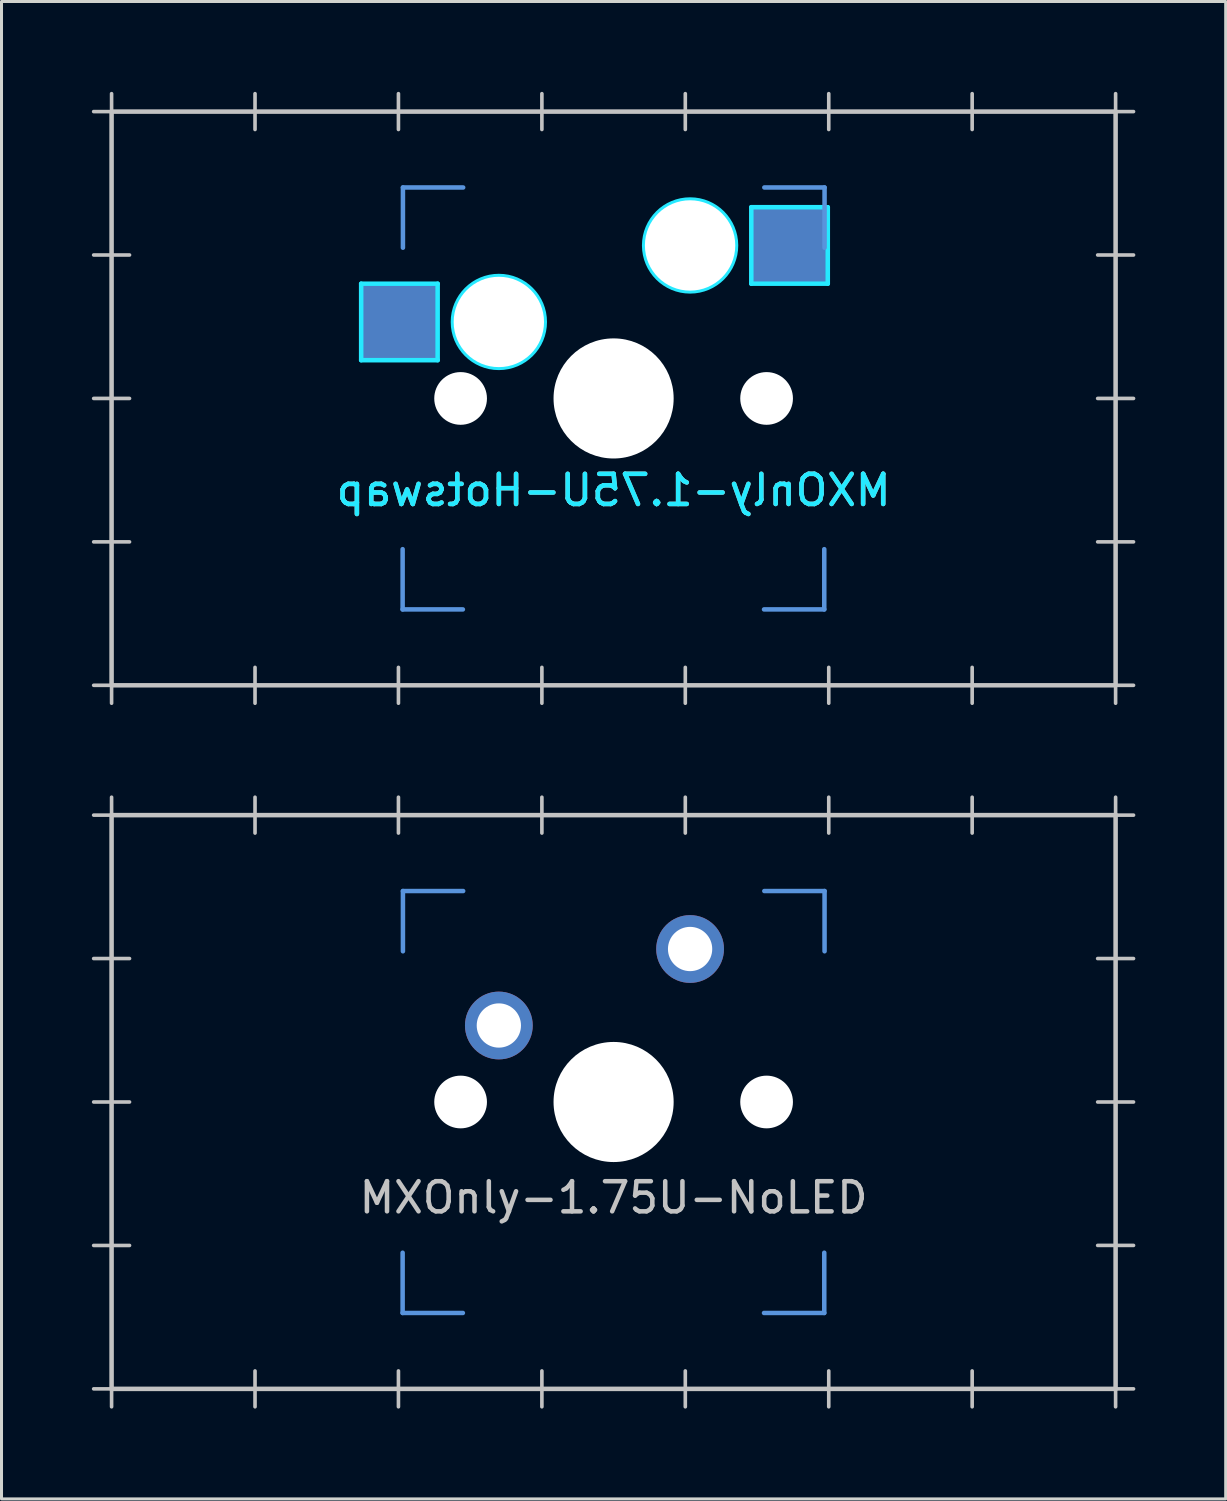
<source format=kicad_pcb>
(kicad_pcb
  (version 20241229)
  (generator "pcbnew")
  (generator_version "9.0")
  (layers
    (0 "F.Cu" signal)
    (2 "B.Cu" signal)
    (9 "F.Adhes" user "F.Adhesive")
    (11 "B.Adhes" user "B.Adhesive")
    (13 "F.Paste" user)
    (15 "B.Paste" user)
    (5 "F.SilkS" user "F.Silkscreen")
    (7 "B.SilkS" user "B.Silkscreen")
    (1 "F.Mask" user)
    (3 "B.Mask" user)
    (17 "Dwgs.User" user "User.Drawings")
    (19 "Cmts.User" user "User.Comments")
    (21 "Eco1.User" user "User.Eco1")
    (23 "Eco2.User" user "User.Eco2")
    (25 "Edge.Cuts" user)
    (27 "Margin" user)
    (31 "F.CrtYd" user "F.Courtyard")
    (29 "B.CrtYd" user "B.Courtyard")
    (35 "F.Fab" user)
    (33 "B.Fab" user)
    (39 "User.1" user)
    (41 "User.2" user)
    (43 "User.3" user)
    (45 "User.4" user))
  (footprint "MXOnly-1.75U-Hotswap"
    (layer "F.Cu")
    (at 17.324 10.18)
    (property "Reference" "MXOnly-1.75U-Hotswap" (at 0 3.048 0) (layer "B.CrtYd") (effects (font (size 1 1) (thickness 0.15)) (justify mirror)))
    (attr smd)
    (fp_line (start -17.264 -9.525) (end -16.669 -9.525) (stroke (width 0.12) (type solid)) (layer "Dwgs.User"))
    (fp_line (start -17.264 0) (end -16.073 0) (stroke (width 0.12) (type solid)) (layer "Dwgs.User"))
    (fp_line (start -17.264 4.763) (end -16.073 4.763) (stroke (width 0.12) (type solid)) (layer "Dwgs.User"))
    (fp_line (start -17.264 9.525) (end -16.669 9.525) (stroke (width 0.12) (type solid)) (layer "Dwgs.User"))
    (fp_line (start -16.669 -10.12) (end -16.669 -9.525) (stroke (width 0.12) (type solid)) (layer "Dwgs.User"))
    (fp_line (start -16.669 10.12) (end -16.669 9.525) (stroke (width 0.12) (type solid)) (layer "Dwgs.User"))
    (fp_line (start -16.669 -9.525) (end 16.669 -9.525) (stroke (width 0.15) (type solid)) (layer "Dwgs.User"))
    (fp_line (start -16.669 9.525) (end -16.669 -9.525) (stroke (width 0.15) (type solid)) (layer "Dwgs.User"))
    (fp_line (start -16.073 -4.763) (end -17.264 -4.763) (stroke (width 0.12) (type solid)) (layer "Dwgs.User"))
    (fp_line (start -11.906 -10.12) (end -11.906 -8.93) (stroke (width 0.12) (type solid)) (layer "Dwgs.User"))
    (fp_line (start -11.906 8.93) (end -11.906 10.12) (stroke (width 0.12) (type solid)) (layer "Dwgs.User"))
    (fp_line (start -7.144 -10.12) (end -7.144 -8.93) (stroke (width 0.12) (type solid)) (layer "Dwgs.User"))
    (fp_line (start -7.144 10.12) (end -7.144 8.93) (stroke (width 0.12) (type solid)) (layer "Dwgs.User"))
    (fp_line (start -2.381 -8.93) (end -2.381 -10.12) (stroke (width 0.12) (type solid)) (layer "Dwgs.User"))
    (fp_line (start -2.381 10.12) (end -2.381 8.93) (stroke (width 0.12) (type solid)) (layer "Dwgs.User"))
    (fp_line (start 2.381 -10.12) (end 2.381 -8.93) (stroke (width 0.12) (type solid)) (layer "Dwgs.User"))
    (fp_line (start 2.381 8.93) (end 2.381 10.12) (stroke (width 0.12) (type solid)) (layer "Dwgs.User"))
    (fp_line (start 7.144 -10.12) (end 7.144 -8.93) (stroke (width 0.12) (type solid)) (layer "Dwgs.User"))
    (fp_line (start 7.144 8.93) (end 7.144 10.12) (stroke (width 0.12) (type solid)) (layer "Dwgs.User"))
    (fp_line (start 11.906 -8.93) (end 11.906 -10.12) (stroke (width 0.12) (type solid)) (layer "Dwgs.User"))
    (fp_line (start 11.906 10.12) (end 11.906 8.93) (stroke (width 0.12) (type solid)) (layer "Dwgs.User"))
    (fp_line (start 16.073 4.762) (end 17.264 4.762) (stroke (width 0.12) (type solid)) (layer "Dwgs.User"))
    (fp_line (start 16.669 -9.525) (end 16.669 9.525) (stroke (width 0.15) (type solid)) (layer "Dwgs.User"))
    (fp_line (start 16.669 9.525) (end -16.669 9.525) (stroke (width 0.15) (type solid)) (layer "Dwgs.User"))
    (fp_line (start 16.669 -10.12) (end 16.669 -9.525) (stroke (width 0.12) (type solid)) (layer "Dwgs.User"))
    (fp_line (start 16.669 10.12) (end 16.669 9.525) (stroke (width 0.12) (type solid)) (layer "Dwgs.User"))
    (fp_line (start 17.264 -9.525) (end 16.669 -9.525) (stroke (width 0.12) (type solid)) (layer "Dwgs.User"))
    (fp_line (start 17.264 -4.763) (end 16.073 -4.763) (stroke (width 0.12) (type solid)) (layer "Dwgs.User"))
    (fp_line (start 17.264 -0.000008) (end 16.073 -0.000008) (stroke (width 0.12) (type solid)) (layer "Dwgs.User"))
    (fp_line (start 17.264 9.525) (end 16.669 9.525) (stroke (width 0.12) (type solid)) (layer "Dwgs.User"))
    (fp_line (start -7.005 7.005) (end -7.005 5.005) (stroke (width 0.15) (type solid)) (layer "Cmts.User"))
    (fp_line (start -6.995 -7.005) (end -6.995 -5.005) (stroke (width 0.15) (type solid)) (layer "Cmts.User"))
    (fp_line (start -5.005 7.005) (end -7.005 7.005) (stroke (width 0.15) (type solid)) (layer "Cmts.User"))
    (fp_line (start -4.995 -7.005) (end -6.995 -7.005) (stroke (width 0.15) (type solid)) (layer "Cmts.User"))
    (fp_line (start 4.995 7.005) (end 6.995 7.005) (stroke (width 0.15) (type solid)) (layer "Cmts.User"))
    (fp_line (start 5.005 -7.005) (end 7.005 -7.005) (stroke (width 0.15) (type solid)) (layer "Cmts.User"))
    (fp_line (start 6.995 7.005) (end 6.995 5.005) (stroke (width 0.15) (type solid)) (layer "Cmts.User"))
    (fp_line (start 7.005 -7.005) (end 7.005 -5.005) (stroke (width 0.15) (type solid)) (layer "Cmts.User"))
    (fp_line (start -8.382 -3.81) (end -5.842 -3.81) (stroke (width 0.15) (type solid)) (layer "B.CrtYd"))
    (fp_line (start -8.382 -1.27) (end -8.382 -3.81) (stroke (width 0.15) (type solid)) (layer "B.CrtYd"))
    (fp_line (start -5.842 -3.81) (end -5.842 -1.27) (stroke (width 0.15) (type solid)) (layer "B.CrtYd"))
    (fp_line (start -5.842 -1.27) (end -8.382 -1.27) (stroke (width 0.15) (type solid)) (layer "B.CrtYd"))
    (fp_line (start 4.572 -6.35) (end 7.112 -6.35) (stroke (width 0.15) (type solid)) (layer "B.CrtYd"))
    (fp_line (start 4.572 -3.81) (end 4.572 -6.35) (stroke (width 0.15) (type solid)) (layer "B.CrtYd"))
    (fp_line (start 7.112 -6.35) (end 7.112 -3.81) (stroke (width 0.15) (type solid)) (layer "B.CrtYd"))
    (fp_line (start 7.112 -3.81) (end 4.572 -3.81) (stroke (width 0.15) (type solid)) (layer "B.CrtYd"))
    (fp_circle (center -3.81 -2.54) (end -3.81 -4.064) (stroke (width 0.15) (type solid)) (fill no) (layer "B.CrtYd"))
    (fp_circle (center 2.54 -5.08) (end 2.54 -6.604) (stroke (width 0.15) (type solid)) (fill no) (layer "B.CrtYd"))
    (fp_text user "${REFERENCE}" (at 0 3.048 0) (layer "B.SilkS") (effects (font (size 1 1) (thickness 0.15)) (justify mirror)))
    (pad "" np_thru_hole circle (at -5.08 0 48.1) (size 1.75 1.75) (drill 1.75) (layers "*.Cu" "*.Mask"))
    (pad "" np_thru_hole circle (at -3.81 -2.54) (size 3 3) (drill 3) (layers "*.Cu" "*.Mask"))
    (pad "" np_thru_hole circle (at 0 0) (size 3.988 3.988) (drill 3.988) (layers "*.Cu" "*.Mask"))
    (pad "" np_thru_hole circle (at 2.54 -5.08) (size 3 3) (drill 3) (layers "*.Cu" "*.Mask"))
    (pad "" np_thru_hole circle (at 5.08 0 48.1) (size 1.75 1.75) (drill 1.75) (layers "*.Cu" "*.Mask"))
    (pad "1" smd rect (at -7.085 -2.54) (size 2.55 2.5) (layers "B.Cu" "B.Mask" "B.Paste"))
    (pad "2" smd rect (at 5.842 -5.08) (size 2.55 2.5) (layers "B.Cu" "B.Mask" "B.Paste")))
  (footprint "MXOnly-1.75U-NoLED"
    (layer "F.Cu")
    (at 17.324 33.541)
    (property "Reference" "MXOnly-1.75U-NoLED" (at 0 3.175 0) (layer "Dwgs.User") (effects (font (size 1 1) (thickness 0.15))))
    (attr through_hole)
    (fp_line (start -17.264 -9.525) (end -16.669 -9.525) (stroke (width 0.12) (type solid)) (layer "Dwgs.User"))
    (fp_line (start -17.264 0) (end -16.073 0) (stroke (width 0.12) (type solid)) (layer "Dwgs.User"))
    (fp_line (start -17.264 4.763) (end -16.073 4.763) (stroke (width 0.12) (type solid)) (layer "Dwgs.User"))
    (fp_line (start -17.264 9.525) (end -16.669 9.525) (stroke (width 0.12) (type solid)) (layer "Dwgs.User"))
    (fp_line (start -16.669 -10.12) (end -16.669 -9.525) (stroke (width 0.12) (type solid)) (layer "Dwgs.User"))
    (fp_line (start -16.669 10.12) (end -16.669 9.525) (stroke (width 0.12) (type solid)) (layer "Dwgs.User"))
    (fp_line (start -16.669 -9.525) (end 16.669 -9.525) (stroke (width 0.15) (type solid)) (layer "Dwgs.User"))
    (fp_line (start -16.669 9.525) (end -16.669 -9.525) (stroke (width 0.15) (type solid)) (layer "Dwgs.User"))
    (fp_line (start -16.669 9.525) (end 16.669 9.525) (stroke (width 0.15) (type solid)) (layer "Dwgs.User"))
    (fp_line (start -16.073 -4.763) (end -17.264 -4.763) (stroke (width 0.12) (type solid)) (layer "Dwgs.User"))
    (fp_line (start -11.906 -10.12) (end -11.906 -8.93) (stroke (width 0.12) (type solid)) (layer "Dwgs.User"))
    (fp_line (start -11.906 8.93) (end -11.906 10.12) (stroke (width 0.12) (type solid)) (layer "Dwgs.User"))
    (fp_line (start -7.144 -10.12) (end -7.144 -8.93) (stroke (width 0.12) (type solid)) (layer "Dwgs.User"))
    (fp_line (start -7.144 10.12) (end -7.144 8.93) (stroke (width 0.12) (type solid)) (layer "Dwgs.User"))
    (fp_line (start -2.381 -8.93) (end -2.381 -10.12) (stroke (width 0.12) (type solid)) (layer "Dwgs.User"))
    (fp_line (start -2.381 10.12) (end -2.381 8.93) (stroke (width 0.12) (type solid)) (layer "Dwgs.User"))
    (fp_line (start 2.381 -10.12) (end 2.381 -8.93) (stroke (width 0.12) (type solid)) (layer "Dwgs.User"))
    (fp_line (start 2.381 8.93) (end 2.381 10.12) (stroke (width 0.12) (type solid)) (layer "Dwgs.User"))
    (fp_line (start 7.144 -10.12) (end 7.144 -8.93) (stroke (width 0.12) (type solid)) (layer "Dwgs.User"))
    (fp_line (start 7.144 8.93) (end 7.144 10.12) (stroke (width 0.12) (type solid)) (layer "Dwgs.User"))
    (fp_line (start 11.906 -8.93) (end 11.906 -10.12) (stroke (width 0.12) (type solid)) (layer "Dwgs.User"))
    (fp_line (start 11.906 10.12) (end 11.906 8.93) (stroke (width 0.12) (type solid)) (layer "Dwgs.User"))
    (fp_line (start 16.073 4.762) (end 17.264 4.762) (stroke (width 0.12) (type solid)) (layer "Dwgs.User"))
    (fp_line (start 16.669 -9.525) (end 16.669 9.525) (stroke (width 0.15) (type solid)) (layer "Dwgs.User"))
    (fp_line (start 16.669 -10.12) (end 16.669 -9.525) (stroke (width 0.12) (type solid)) (layer "Dwgs.User"))
    (fp_line (start 16.669 10.12) (end 16.669 9.525) (stroke (width 0.12) (type solid)) (layer "Dwgs.User"))
    (fp_line (start 17.264 -9.525) (end 16.669 -9.525) (stroke (width 0.12) (type solid)) (layer "Dwgs.User"))
    (fp_line (start 17.264 -4.763) (end 16.073 -4.763) (stroke (width 0.12) (type solid)) (layer "Dwgs.User"))
    (fp_line (start 17.264 -0.000008) (end 16.073 -0.000008) (stroke (width 0.12) (type solid)) (layer "Dwgs.User"))
    (fp_line (start 17.264 9.525) (end 16.669 9.525) (stroke (width 0.12) (type solid)) (layer "Dwgs.User"))
    (fp_line (start -7.005 7.005) (end -7.005 5.005) (stroke (width 0.15) (type solid)) (layer "Cmts.User"))
    (fp_line (start -6.995 -7.005) (end -6.995 -5.005) (stroke (width 0.15) (type solid)) (layer "Cmts.User"))
    (fp_line (start -5.005 7.005) (end -7.005 7.005) (stroke (width 0.15) (type solid)) (layer "Cmts.User"))
    (fp_line (start -4.995 -7.005) (end -6.995 -7.005) (stroke (width 0.15) (type solid)) (layer "Cmts.User"))
    (fp_line (start 4.995 7.005) (end 6.995 7.005) (stroke (width 0.15) (type solid)) (layer "Cmts.User"))
    (fp_line (start 5.005 -7.005) (end 7.005 -7.005) (stroke (width 0.15) (type solid)) (layer "Cmts.User"))
    (fp_line (start 6.995 7.005) (end 6.995 5.005) (stroke (width 0.15) (type solid)) (layer "Cmts.User"))
    (fp_line (start 7.005 -7.005) (end 7.005 -5.005) (stroke (width 0.15) (type solid)) (layer "Cmts.User"))
    (pad "" np_thru_hole circle (at -5.08 0 48.1) (size 1.75 1.75) (drill 1.75) (layers "*.Cu" "*.Mask"))
    (pad "" np_thru_hole circle (at 0 0) (size 3.988 3.988) (drill 3.988) (layers "*.Cu" "*.Mask"))
    (pad "" np_thru_hole circle (at 5.08 0 48.1) (size 1.75 1.75) (drill 1.75) (layers "*.Cu" "*.Mask"))
    (pad "1" thru_hole circle (at -3.81 -2.54) (size 2.25 2.25) (drill 1.47) (layers "*.Cu" "B.Mask"))
    (pad "2" thru_hole circle (at 2.54 -5.08) (size 2.25 2.25) (drill 1.47) (layers "*.Cu" "B.Mask")))
  (gr_rect
    (start -3 -3)
    (end 37.648 46.721)
    (stroke (width 0.1) (type default))
    (fill no)
    (layer "Edge.Cuts")))
</source>
